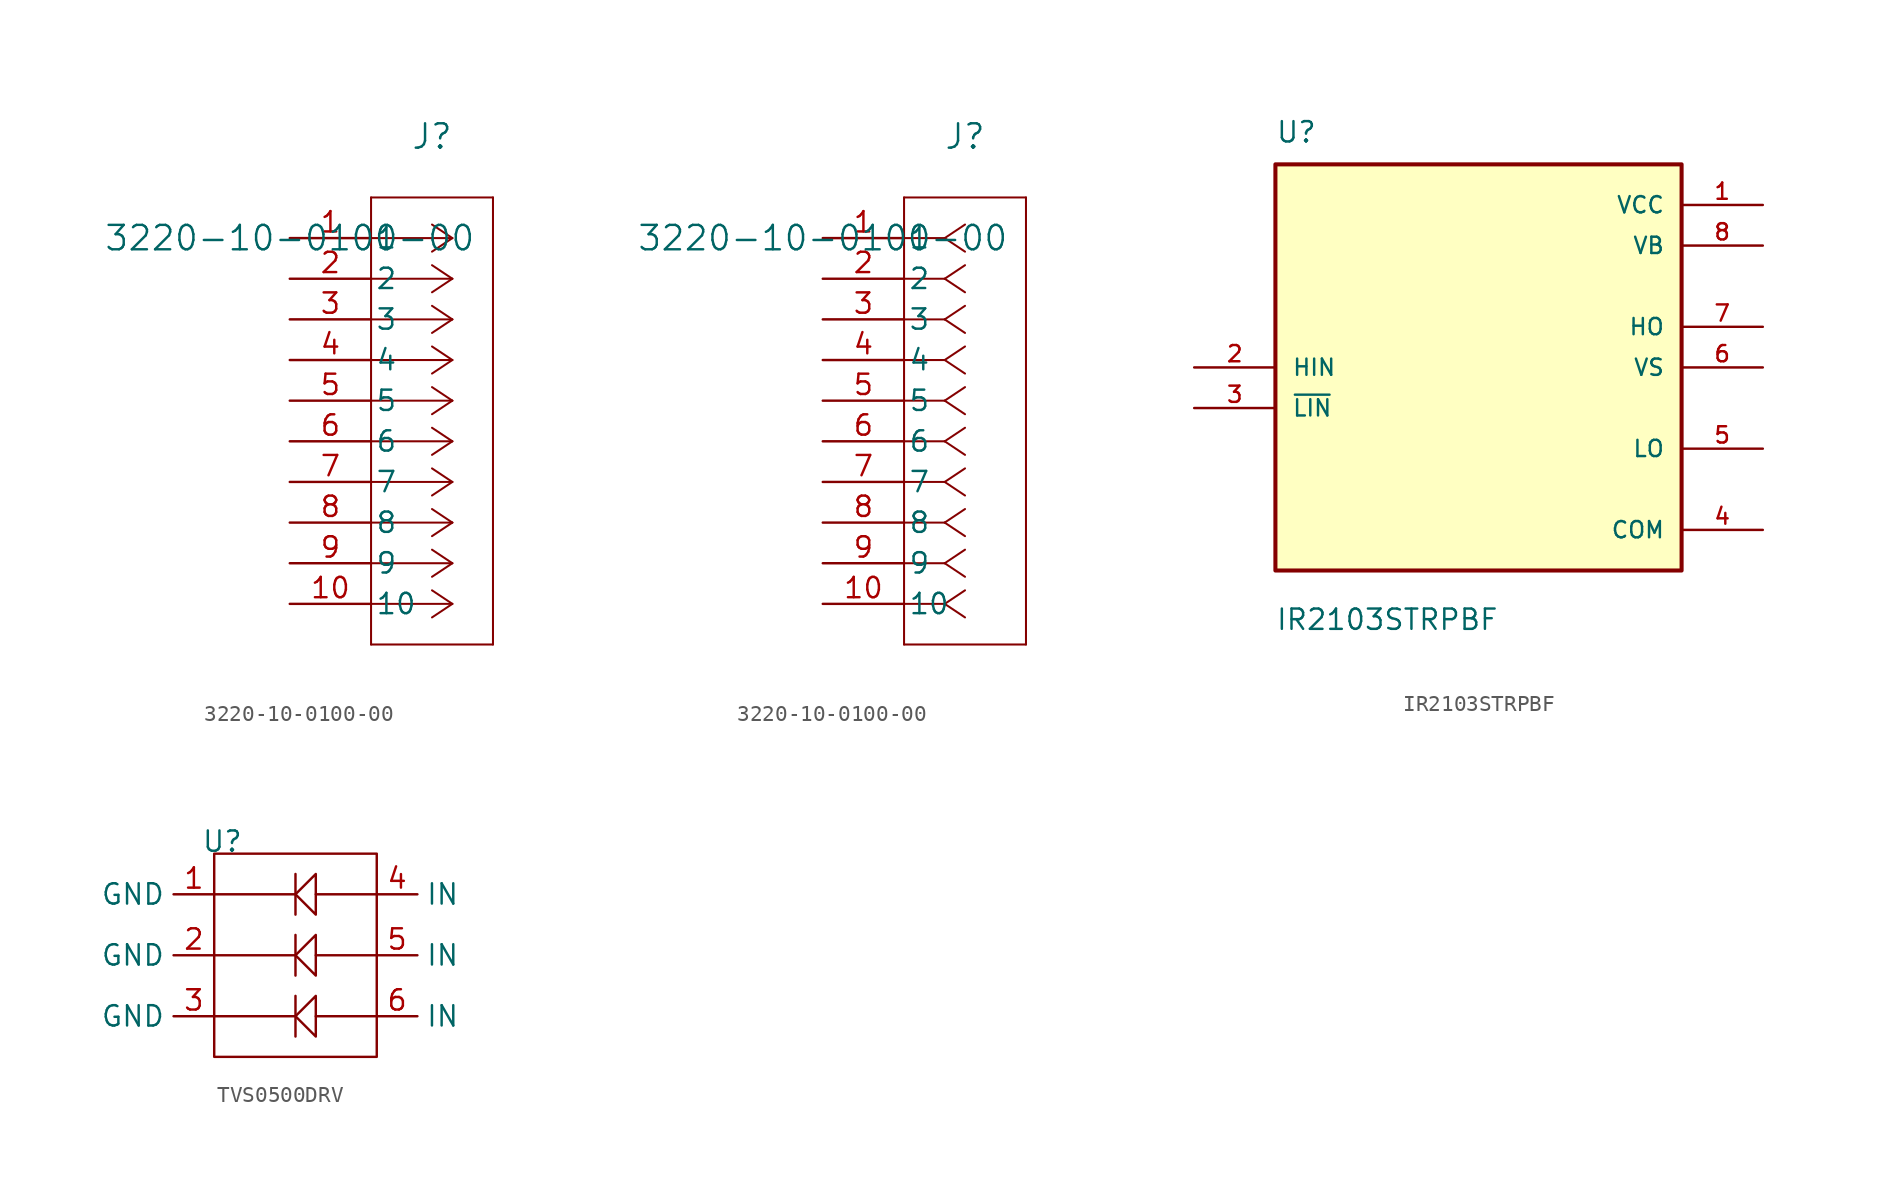
<source format=kicad_sym>
(kicad_symbol_lib
  (version 20241209)
  (generator "kicad_symbol_editor")
  (generator_version "9.0")
  (symbol "3220-10-0100-00"
    (pin_names
      (offset 0.254))
    (property "Reference" "J"
      (at 8.89 6.35 0)
      (effects (font (size 1.524 1.524))))
    (property "Value" "3220-10-0100-00"
      (at 0 0 0)
      (effects (font (size 1.524 1.524))))
    (property "ki_locked" ""
      (at 0 0 0)
      (effects (font (size 1.27 1.27))))
    (symbol "3220-10-0100-00_1_1"
      (polyline (pts (xy 5.08 2.54) (xy 5.08 -25.4)) (stroke (width 0.127) (type default)) (fill (type none)))
      (polyline (pts (xy 5.08 -25.4) (xy 12.7 -25.4)) (stroke (width 0.127) (type default)) (fill (type none)))
      (polyline (pts (xy 10.16 0) (xy 5.08 0)) (stroke (width 0.127) (type default)) (fill (type none)))
      (polyline (pts (xy 10.16 0) (xy 8.89 0.847)) (stroke (width 0.127) (type default)) (fill (type none)))
      (polyline (pts (xy 10.16 0) (xy 8.89 -0.847)) (stroke (width 0.127) (type default)) (fill (type none)))
      (polyline (pts (xy 10.16 -2.54) (xy 5.08 -2.54)) (stroke (width 0.127) (type default)) (fill (type none)))
      (polyline (pts (xy 10.16 -2.54) (xy 8.89 -1.693)) (stroke (width 0.127) (type default)) (fill (type none)))
      (polyline (pts (xy 10.16 -2.54) (xy 8.89 -3.387)) (stroke (width 0.127) (type default)) (fill (type none)))
      (polyline (pts (xy 10.16 -5.08) (xy 5.08 -5.08)) (stroke (width 0.127) (type default)) (fill (type none)))
      (polyline (pts (xy 10.16 -5.08) (xy 8.89 -4.233)) (stroke (width 0.127) (type default)) (fill (type none)))
      (polyline (pts (xy 10.16 -5.08) (xy 8.89 -5.927)) (stroke (width 0.127) (type default)) (fill (type none)))
      (polyline (pts (xy 10.16 -7.62) (xy 5.08 -7.62)) (stroke (width 0.127) (type default)) (fill (type none)))
      (polyline (pts (xy 10.16 -7.62) (xy 8.89 -6.773)) (stroke (width 0.127) (type default)) (fill (type none)))
      (polyline (pts (xy 10.16 -7.62) (xy 8.89 -8.467)) (stroke (width 0.127) (type default)) (fill (type none)))
      (polyline (pts (xy 10.16 -10.16) (xy 5.08 -10.16)) (stroke (width 0.127) (type default)) (fill (type none)))
      (polyline (pts (xy 10.16 -10.16) (xy 8.89 -9.313)) (stroke (width 0.127) (type default)) (fill (type none)))
      (polyline (pts (xy 10.16 -10.16) (xy 8.89 -11.007)) (stroke (width 0.127) (type default)) (fill (type none)))
      (polyline (pts (xy 10.16 -12.7) (xy 5.08 -12.7)) (stroke (width 0.127) (type default)) (fill (type none)))
      (polyline (pts (xy 10.16 -12.7) (xy 8.89 -11.853)) (stroke (width 0.127) (type default)) (fill (type none)))
      (polyline (pts (xy 10.16 -12.7) (xy 8.89 -13.547)) (stroke (width 0.127) (type default)) (fill (type none)))
      (polyline (pts (xy 10.16 -15.24) (xy 5.08 -15.24)) (stroke (width 0.127) (type default)) (fill (type none)))
      (polyline (pts (xy 10.16 -15.24) (xy 8.89 -14.393)) (stroke (width 0.127) (type default)) (fill (type none)))
      (polyline (pts (xy 10.16 -15.24) (xy 8.89 -16.087)) (stroke (width 0.127) (type default)) (fill (type none)))
      (polyline (pts (xy 10.16 -17.78) (xy 5.08 -17.78)) (stroke (width 0.127) (type default)) (fill (type none)))
      (polyline (pts (xy 10.16 -17.78) (xy 8.89 -16.933)) (stroke (width 0.127) (type default)) (fill (type none)))
      (polyline (pts (xy 10.16 -17.78) (xy 8.89 -18.627)) (stroke (width 0.127) (type default)) (fill (type none)))
      (polyline (pts (xy 10.16 -20.32) (xy 5.08 -20.32)) (stroke (width 0.127) (type default)) (fill (type none)))
      (polyline (pts (xy 10.16 -20.32) (xy 8.89 -19.473)) (stroke (width 0.127) (type default)) (fill (type none)))
      (polyline (pts (xy 10.16 -20.32) (xy 8.89 -21.167)) (stroke (width 0.127) (type default)) (fill (type none)))
      (polyline (pts (xy 10.16 -22.86) (xy 5.08 -22.86)) (stroke (width 0.127) (type default)) (fill (type none)))
      (polyline (pts (xy 10.16 -22.86) (xy 8.89 -22.013)) (stroke (width 0.127) (type default)) (fill (type none)))
      (polyline (pts (xy 10.16 -22.86) (xy 8.89 -23.707)) (stroke (width 0.127) (type default)) (fill (type none)))
      (polyline (pts (xy 12.7 2.54) (xy 5.08 2.54)) (stroke (width 0.127) (type default)) (fill (type none)))
      (polyline (pts (xy 12.7 -25.4) (xy 12.7 2.54)) (stroke (width 0.127) (type default)) (fill (type none)))
      (pin unspecified line (at 0 0 0) (length 5.08) (name "1" (effects (font (size 1.27 1.27)))) (number "1" (effects (font (size 1.27 1.27)))))
      (pin unspecified line (at 0 -2.54 0) (length 5.08) (name "2" (effects (font (size 1.27 1.27)))) (number "2" (effects (font (size 1.27 1.27)))))
      (pin unspecified line (at 0 -5.08 0) (length 5.08) (name "3" (effects (font (size 1.27 1.27)))) (number "3" (effects (font (size 1.27 1.27)))))
      (pin unspecified line (at 0 -7.62 0) (length 5.08) (name "4" (effects (font (size 1.27 1.27)))) (number "4" (effects (font (size 1.27 1.27)))))
      (pin unspecified line (at 0 -10.16 0) (length 5.08) (name "5" (effects (font (size 1.27 1.27)))) (number "5" (effects (font (size 1.27 1.27)))))
      (pin unspecified line (at 0 -12.7 0) (length 5.08) (name "6" (effects (font (size 1.27 1.27)))) (number "6" (effects (font (size 1.27 1.27)))))
      (pin unspecified line (at 0 -15.24 0) (length 5.08) (name "7" (effects (font (size 1.27 1.27)))) (number "7" (effects (font (size 1.27 1.27)))))
      (pin unspecified line (at 0 -17.78 0) (length 5.08) (name "8" (effects (font (size 1.27 1.27)))) (number "8" (effects (font (size 1.27 1.27)))))
      (pin unspecified line (at 0 -20.32 0) (length 5.08) (name "9" (effects (font (size 1.27 1.27)))) (number "9" (effects (font (size 1.27 1.27)))))
      (pin unspecified line (at 0 -22.86 0) (length 5.08) (name "10" (effects (font (size 1.27 1.27)))) (number "10" (effects (font (size 1.27 1.27))))))
    (symbol "3220-10-0100-00_1_2"
      (polyline (pts (xy 5.08 2.54) (xy 5.08 -25.4)) (stroke (width 0.127) (type default)) (fill (type none)))
      (polyline (pts (xy 5.08 -25.4) (xy 12.7 -25.4)) (stroke (width 0.127) (type default)) (fill (type none)))
      (polyline (pts (xy 7.62 0) (xy 5.08 0)) (stroke (width 0.127) (type default)) (fill (type none)))
      (polyline (pts (xy 7.62 0) (xy 8.89 0.847)) (stroke (width 0.127) (type default)) (fill (type none)))
      (polyline (pts (xy 7.62 0) (xy 8.89 -0.847)) (stroke (width 0.127) (type default)) (fill (type none)))
      (polyline (pts (xy 7.62 -2.54) (xy 5.08 -2.54)) (stroke (width 0.127) (type default)) (fill (type none)))
      (polyline (pts (xy 7.62 -2.54) (xy 8.89 -1.693)) (stroke (width 0.127) (type default)) (fill (type none)))
      (polyline (pts (xy 7.62 -2.54) (xy 8.89 -3.387)) (stroke (width 0.127) (type default)) (fill (type none)))
      (polyline (pts (xy 7.62 -5.08) (xy 5.08 -5.08)) (stroke (width 0.127) (type default)) (fill (type none)))
      (polyline (pts (xy 7.62 -5.08) (xy 8.89 -4.233)) (stroke (width 0.127) (type default)) (fill (type none)))
      (polyline (pts (xy 7.62 -5.08) (xy 8.89 -5.927)) (stroke (width 0.127) (type default)) (fill (type none)))
      (polyline (pts (xy 7.62 -7.62) (xy 5.08 -7.62)) (stroke (width 0.127) (type default)) (fill (type none)))
      (polyline (pts (xy 7.62 -7.62) (xy 8.89 -6.773)) (stroke (width 0.127) (type default)) (fill (type none)))
      (polyline (pts (xy 7.62 -7.62) (xy 8.89 -8.467)) (stroke (width 0.127) (type default)) (fill (type none)))
      (polyline (pts (xy 7.62 -10.16) (xy 5.08 -10.16)) (stroke (width 0.127) (type default)) (fill (type none)))
      (polyline (pts (xy 7.62 -10.16) (xy 8.89 -9.313)) (stroke (width 0.127) (type default)) (fill (type none)))
      (polyline (pts (xy 7.62 -10.16) (xy 8.89 -11.007)) (stroke (width 0.127) (type default)) (fill (type none)))
      (polyline (pts (xy 7.62 -12.7) (xy 5.08 -12.7)) (stroke (width 0.127) (type default)) (fill (type none)))
      (polyline (pts (xy 7.62 -12.7) (xy 8.89 -11.853)) (stroke (width 0.127) (type default)) (fill (type none)))
      (polyline (pts (xy 7.62 -12.7) (xy 8.89 -13.547)) (stroke (width 0.127) (type default)) (fill (type none)))
      (polyline (pts (xy 7.62 -15.24) (xy 5.08 -15.24)) (stroke (width 0.127) (type default)) (fill (type none)))
      (polyline (pts (xy 7.62 -15.24) (xy 8.89 -14.393)) (stroke (width 0.127) (type default)) (fill (type none)))
      (polyline (pts (xy 7.62 -15.24) (xy 8.89 -16.087)) (stroke (width 0.127) (type default)) (fill (type none)))
      (polyline (pts (xy 7.62 -17.78) (xy 5.08 -17.78)) (stroke (width 0.127) (type default)) (fill (type none)))
      (polyline (pts (xy 7.62 -17.78) (xy 8.89 -16.933)) (stroke (width 0.127) (type default)) (fill (type none)))
      (polyline (pts (xy 7.62 -17.78) (xy 8.89 -18.627)) (stroke (width 0.127) (type default)) (fill (type none)))
      (polyline (pts (xy 7.62 -20.32) (xy 5.08 -20.32)) (stroke (width 0.127) (type default)) (fill (type none)))
      (polyline (pts (xy 7.62 -20.32) (xy 8.89 -19.473)) (stroke (width 0.127) (type default)) (fill (type none)))
      (polyline (pts (xy 7.62 -20.32) (xy 8.89 -21.167)) (stroke (width 0.127) (type default)) (fill (type none)))
      (polyline (pts (xy 7.62 -22.86) (xy 5.08 -22.86)) (stroke (width 0.127) (type default)) (fill (type none)))
      (polyline (pts (xy 7.62 -22.86) (xy 8.89 -22.013)) (stroke (width 0.127) (type default)) (fill (type none)))
      (polyline (pts (xy 7.62 -22.86) (xy 8.89 -23.707)) (stroke (width 0.127) (type default)) (fill (type none)))
      (polyline (pts (xy 12.7 2.54) (xy 5.08 2.54)) (stroke (width 0.127) (type default)) (fill (type none)))
      (polyline (pts (xy 12.7 -25.4) (xy 12.7 2.54)) (stroke (width 0.127) (type default)) (fill (type none)))
      (pin unspecified line (at 0 0 0) (length 5.08) (name "1" (effects (font (size 1.27 1.27)))) (number "1" (effects (font (size 1.27 1.27)))))
      (pin unspecified line (at 0 -2.54 0) (length 5.08) (name "2" (effects (font (size 1.27 1.27)))) (number "2" (effects (font (size 1.27 1.27)))))
      (pin unspecified line (at 0 -5.08 0) (length 5.08) (name "3" (effects (font (size 1.27 1.27)))) (number "3" (effects (font (size 1.27 1.27)))))
      (pin unspecified line (at 0 -7.62 0) (length 5.08) (name "4" (effects (font (size 1.27 1.27)))) (number "4" (effects (font (size 1.27 1.27)))))
      (pin unspecified line (at 0 -10.16 0) (length 5.08) (name "5" (effects (font (size 1.27 1.27)))) (number "5" (effects (font (size 1.27 1.27)))))
      (pin unspecified line (at 0 -12.7 0) (length 5.08) (name "6" (effects (font (size 1.27 1.27)))) (number "6" (effects (font (size 1.27 1.27)))))
      (pin unspecified line (at 0 -15.24 0) (length 5.08) (name "7" (effects (font (size 1.27 1.27)))) (number "7" (effects (font (size 1.27 1.27)))))
      (pin unspecified line (at 0 -17.78 0) (length 5.08) (name "8" (effects (font (size 1.27 1.27)))) (number "8" (effects (font (size 1.27 1.27)))))
      (pin unspecified line (at 0 -20.32 0) (length 5.08) (name "9" (effects (font (size 1.27 1.27)))) (number "9" (effects (font (size 1.27 1.27)))))
      (pin unspecified line (at 0 -22.86 0) (length 5.08) (name "10" (effects (font (size 1.27 1.27)))) (number "10" (effects (font (size 1.27 1.27)))))))
  (symbol "IR2103STRPBF"
    (pin_names
      (offset 1.016))
    (property "Reference" "U"
      (at -12.7 13.97 0)
      (effects (font (size 1.27 1.27)) (justify left bottom)))
    (property "Value" "IR2103STRPBF"
      (at -12.7 -16.51 0)
      (effects (font (size 1.27 1.27)) (justify left bottom)))
    (symbol "IR2103STRPBF_0_0"
      (rectangle (start -12.7 -12.7) (end 12.7 12.7) (stroke (width 0.254) (type default)) (fill (type background)))
      (pin input line (at -17.78 0 0) (length 5.08) (name "HIN" (effects (font (size 1.016 1.016)))) (number "2" (effects (font (size 1.016 1.016)))))
      (pin input line (at -17.78 -2.54 0) (length 5.08) (name "~{LIN}" (effects (font (size 1.016 1.016)))) (number "3" (effects (font (size 1.016 1.016)))))
      (pin power_in line (at 17.78 10.16 180) (length 5.08) (name "VCC" (effects (font (size 1.016 1.016)))) (number "1" (effects (font (size 1.016 1.016)))))
      (pin power_in line (at 17.78 7.62 180) (length 5.08) (name "VB" (effects (font (size 1.016 1.016)))) (number "8" (effects (font (size 1.016 1.016)))))
      (pin output line (at 17.78 2.54 180) (length 5.08) (name "HO" (effects (font (size 1.016 1.016)))) (number "7" (effects (font (size 1.016 1.016)))))
      (pin output line (at 17.78 0 180) (length 5.08) (name "VS" (effects (font (size 1.016 1.016)))) (number "6" (effects (font (size 1.016 1.016)))))
      (pin output line (at 17.78 -5.08 180) (length 5.08) (name "LO" (effects (font (size 1.016 1.016)))) (number "5" (effects (font (size 1.016 1.016)))))
      (pin power_in line (at 17.78 -10.16 180) (length 5.08) (name "COM" (effects (font (size 1.016 1.016)))) (number "4" (effects (font (size 1.016 1.016)))))))
  (symbol "TVS0500DRV"
    (property "Reference" "U"
      (at -4.572 8.382 0)
      (effects (font (size 1.27 1.27))))
    (property "Value" ""
      (at 0 0 0)
      (effects (font (size 1.27 1.27))))
    (symbol "TVS0500DRV_0_1"
      (rectangle (start -5.08 7.62) (end 5.08 -5.08) (stroke (width 0) (type default)) (fill (type none)))
      (polyline (pts (xy 0 5.08) (xy -5.08 5.08)) (stroke (width 0) (type default)) (fill (type none)))
      (polyline (pts (xy 0 3.81) (xy 0 6.35)) (stroke (width 0) (type default)) (fill (type none)))
      (polyline (pts (xy 0 1.27) (xy -5.08 1.27)) (stroke (width 0) (type default)) (fill (type none)))
      (polyline (pts (xy 0 0) (xy 0 2.54)) (stroke (width 0) (type default)) (fill (type none)))
      (polyline (pts (xy 0 -2.54) (xy -5.08 -2.54)) (stroke (width 0) (type default)) (fill (type none)))
      (polyline (pts (xy 0 -3.81) (xy 0 -1.27)) (stroke (width 0) (type default)) (fill (type none)))
      (polyline (pts (xy 1.27 5.08) (xy 1.27 3.81) (xy 0 5.08) (xy 1.27 6.35) (xy 1.27 5.08)) (stroke (width 0) (type default)) (fill (type none)))
      (polyline (pts (xy 1.27 1.27) (xy 1.27 0) (xy 0 1.27) (xy 1.27 2.54) (xy 1.27 1.27)) (stroke (width 0) (type default)) (fill (type none)))
      (polyline (pts (xy 1.27 -2.54) (xy 1.27 -3.81) (xy 0 -2.54) (xy 1.27 -1.27) (xy 1.27 -2.54)) (stroke (width 0) (type default)) (fill (type none)))
      (polyline (pts (xy 5.08 5.08) (xy 1.27 5.08)) (stroke (width 0) (type default)) (fill (type none)))
      (polyline (pts (xy 5.08 1.27) (xy 1.27 1.27)) (stroke (width 0) (type default)) (fill (type none)))
      (polyline (pts (xy 5.08 -2.54) (xy 1.27 -2.54)) (stroke (width 0) (type default)) (fill (type none))))
    (symbol "TVS0500DRV_1_1"
      (pin passive line (at -5.08 5.08 180) (length 2.54) (name "GND" (effects (font (size 1.27 1.27)))) (number "1" (effects (font (size 1.27 1.27)))))
      (pin passive line (at -5.08 1.27 180) (length 2.54) (name "GND" (effects (font (size 1.27 1.27)))) (number "2" (effects (font (size 1.27 1.27)))))
      (pin passive line (at -5.08 -2.54 180) (length 2.54) (name "GND" (effects (font (size 1.27 1.27)))) (number "3" (effects (font (size 1.27 1.27)))))
      (pin input line (at 5.08 5.08 0) (length 2.54) (name "IN" (effects (font (size 1.27 1.27)))) (number "4" (effects (font (size 1.27 1.27)))))
      (pin input line (at 5.08 1.27 0) (length 2.54) (name "IN" (effects (font (size 1.27 1.27)))) (number "5" (effects (font (size 1.27 1.27)))))
      (pin input line (at 5.08 -2.54 0) (length 2.54) (name "IN" (effects (font (size 1.27 1.27)))) (number "6" (effects (font (size 1.27 1.27))))))))
</source>
